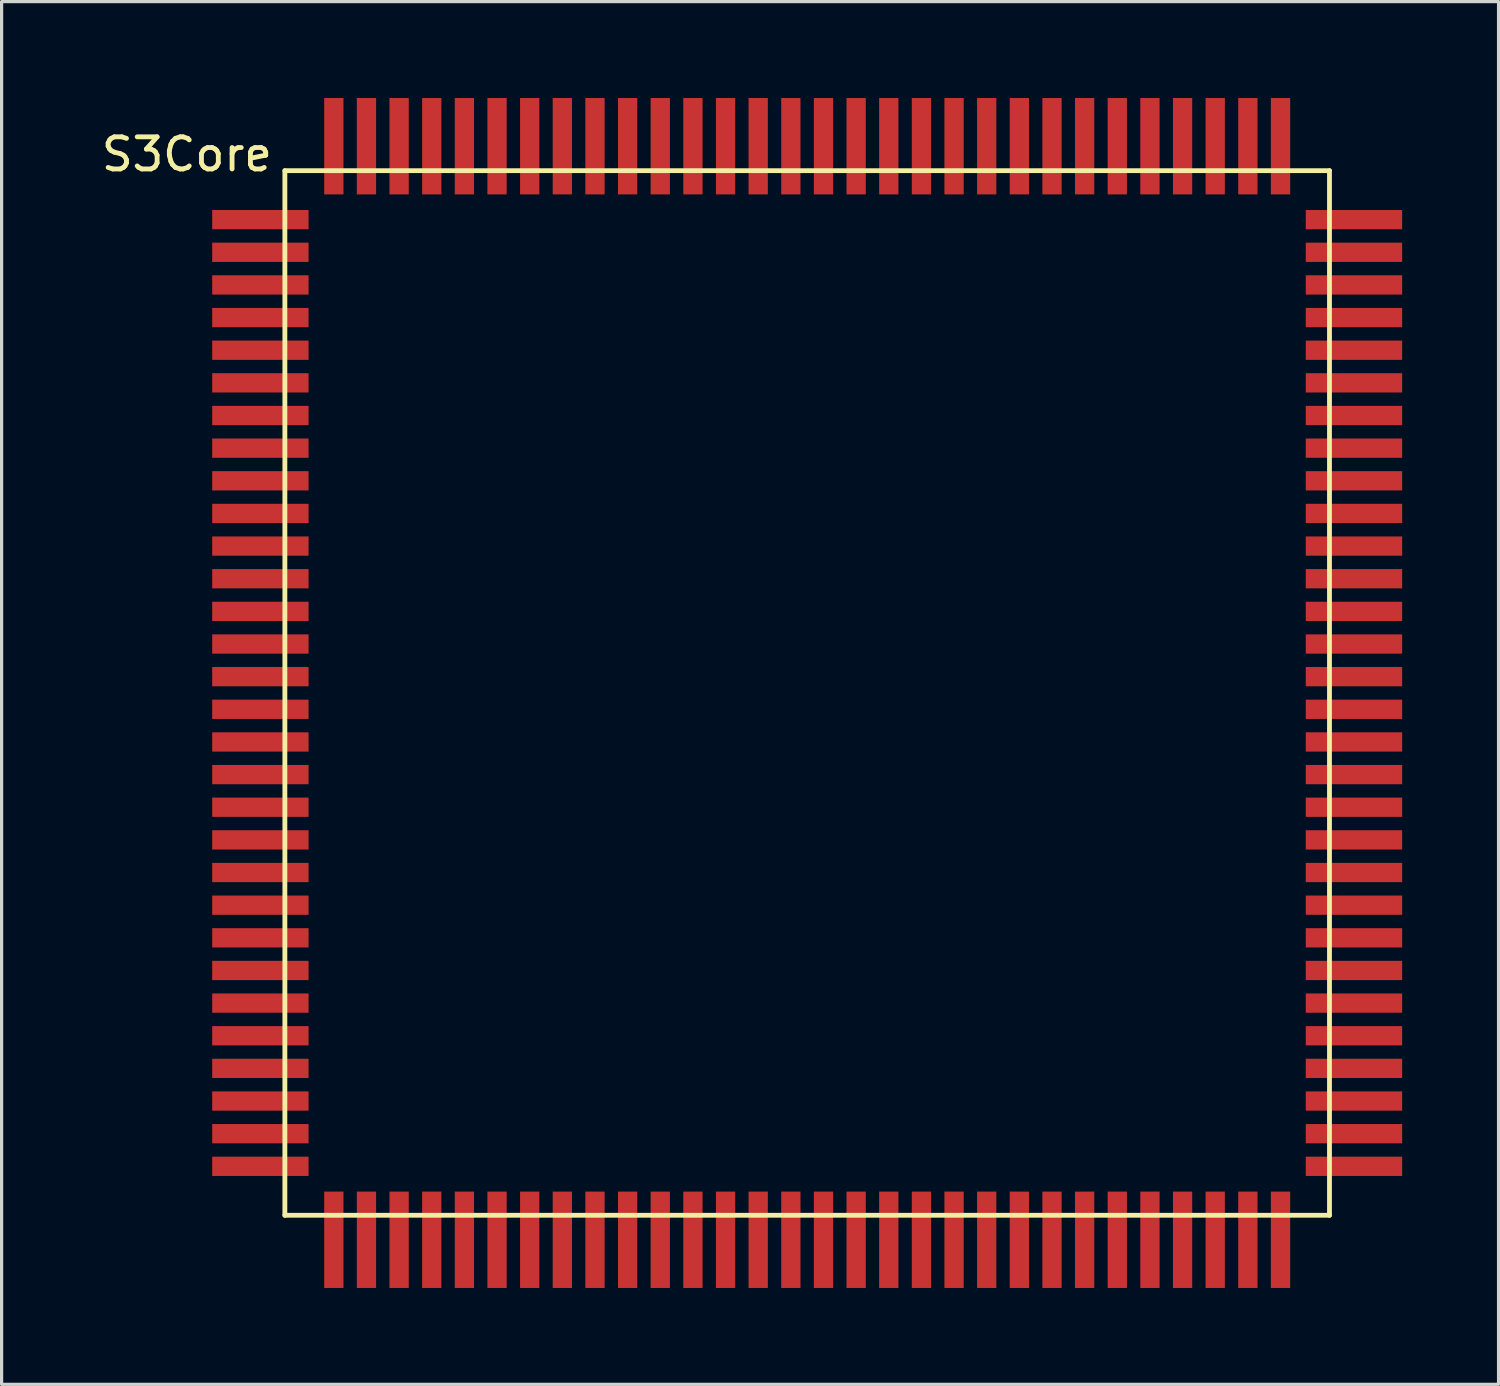
<source format=kicad_pcb>
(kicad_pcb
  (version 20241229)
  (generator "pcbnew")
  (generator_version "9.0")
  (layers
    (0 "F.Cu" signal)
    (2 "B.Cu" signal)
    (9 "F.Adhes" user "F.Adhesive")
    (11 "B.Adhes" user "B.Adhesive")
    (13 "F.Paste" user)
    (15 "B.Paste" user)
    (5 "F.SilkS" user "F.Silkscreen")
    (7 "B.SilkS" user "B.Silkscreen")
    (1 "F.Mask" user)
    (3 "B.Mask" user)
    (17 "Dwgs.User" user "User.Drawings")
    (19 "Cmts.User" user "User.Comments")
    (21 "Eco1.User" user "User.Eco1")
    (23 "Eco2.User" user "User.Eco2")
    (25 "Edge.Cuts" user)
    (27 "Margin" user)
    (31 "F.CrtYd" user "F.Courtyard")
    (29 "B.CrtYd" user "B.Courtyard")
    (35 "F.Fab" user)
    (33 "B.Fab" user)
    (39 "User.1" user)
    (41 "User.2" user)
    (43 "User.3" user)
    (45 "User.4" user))
  (footprint "S3Core"
    (layer "F.Cu")
    (at 5.816 2.262)
    (property "Reference" "S3Core" (at -3.048 -0.508 0) (layer "F.SilkS") (effects (font (size 1 1) (thickness 0.15))))
    (attr through_hole)
    (fp_line (start 0 0) (end 0 32.512) (stroke (width 0.15) (type solid)) (layer "F.SilkS"))
    (fp_line (start 0 32.512) (end 32.512 32.512) (stroke (width 0.15) (type solid)) (layer "F.SilkS"))
    (fp_line (start 32.512 0) (end 0 0) (stroke (width 0.15) (type solid)) (layer "F.SilkS"))
    (fp_line (start 32.512 32.512) (end 32.512 0) (stroke (width 0.15) (type solid)) (layer "F.SilkS"))
    (pad "1" smd rect (at -0.762 1.524) (size 3 0.6) (layers "F.Cu" "F.Mask" "F.Paste"))
    (pad "2" smd rect (at -0.762 2.54) (size 3 0.6) (layers "F.Cu" "F.Mask" "F.Paste"))
    (pad "3" smd rect (at -0.762 3.556) (size 3 0.6) (layers "F.Cu" "F.Mask" "F.Paste"))
    (pad "4" smd rect (at -0.762 4.572) (size 3 0.6) (layers "F.Cu" "F.Mask" "F.Paste"))
    (pad "5" smd rect (at -0.762 5.588) (size 3 0.6) (layers "F.Cu" "F.Mask" "F.Paste"))
    (pad "6" smd rect (at -0.762 6.604) (size 3 0.6) (layers "F.Cu" "F.Mask" "F.Paste"))
    (pad "7" smd rect (at -0.762 7.62) (size 3 0.6) (layers "F.Cu" "F.Mask" "F.Paste"))
    (pad "8" smd rect (at -0.762 8.636) (size 3 0.6) (layers "F.Cu" "F.Mask" "F.Paste"))
    (pad "9" smd rect (at -0.762 9.652) (size 3 0.6) (layers "F.Cu" "F.Mask" "F.Paste"))
    (pad "10" smd rect (at -0.762 10.668) (size 3 0.6) (layers "F.Cu" "F.Mask" "F.Paste"))
    (pad "11" smd rect (at -0.762 11.684) (size 3 0.6) (layers "F.Cu" "F.Mask" "F.Paste"))
    (pad "12" smd rect (at -0.762 12.7) (size 3 0.6) (layers "F.Cu" "F.Mask" "F.Paste"))
    (pad "13" smd rect (at -0.762 13.716) (size 3 0.6) (layers "F.Cu" "F.Mask" "F.Paste"))
    (pad "14" smd rect (at -0.762 14.732) (size 3 0.6) (layers "F.Cu" "F.Mask" "F.Paste"))
    (pad "15" smd rect (at -0.762 15.748) (size 3 0.6) (layers "F.Cu" "F.Mask" "F.Paste"))
    (pad "16" smd rect (at -0.762 16.764) (size 3 0.6) (layers "F.Cu" "F.Mask" "F.Paste"))
    (pad "17" smd rect (at -0.762 17.78) (size 3 0.6) (layers "F.Cu" "F.Mask" "F.Paste"))
    (pad "18" smd rect (at -0.762 18.796) (size 3 0.6) (layers "F.Cu" "F.Mask" "F.Paste"))
    (pad "19" smd rect (at -0.762 19.812) (size 3 0.6) (layers "F.Cu" "F.Mask" "F.Paste"))
    (pad "20" smd rect (at -0.762 20.828) (size 3 0.6) (layers "F.Cu" "F.Mask" "F.Paste"))
    (pad "21" smd rect (at -0.762 21.844) (size 3 0.6) (layers "F.Cu" "F.Mask" "F.Paste"))
    (pad "22" smd rect (at -0.762 22.86) (size 3 0.6) (layers "F.Cu" "F.Mask" "F.Paste"))
    (pad "23" smd rect (at -0.762 23.876) (size 3 0.6) (layers "F.Cu" "F.Mask" "F.Paste"))
    (pad "24" smd rect (at -0.762 24.892) (size 3 0.6) (layers "F.Cu" "F.Mask" "F.Paste"))
    (pad "25" smd rect (at -0.762 25.908) (size 3 0.6) (layers "F.Cu" "F.Mask" "F.Paste"))
    (pad "26" smd rect (at -0.762 26.924) (size 3 0.6) (layers "F.Cu" "F.Mask" "F.Paste"))
    (pad "27" smd rect (at -0.762 27.94) (size 3 0.6) (layers "F.Cu" "F.Mask" "F.Paste"))
    (pad "28" smd rect (at -0.762 28.956) (size 3 0.6) (layers "F.Cu" "F.Mask" "F.Paste"))
    (pad "29" smd rect (at -0.762 29.972) (size 3 0.6) (layers "F.Cu" "F.Mask" "F.Paste"))
    (pad "30" smd rect (at -0.762 30.988) (size 3 0.6) (layers "F.Cu" "F.Mask" "F.Paste"))
    (pad "31" smd rect (at 1.524 33.274) (size 0.6 3) (layers "F.Cu" "F.Mask" "F.Paste"))
    (pad "32" smd rect (at 2.54 33.274) (size 0.6 3) (layers "F.Cu" "F.Mask" "F.Paste"))
    (pad "33" smd rect (at 3.556 33.274) (size 0.6 3) (layers "F.Cu" "F.Mask" "F.Paste"))
    (pad "34" smd rect (at 4.572 33.274) (size 0.6 3) (layers "F.Cu" "F.Mask" "F.Paste"))
    (pad "35" smd rect (at 5.588 33.274) (size 0.6 3) (layers "F.Cu" "F.Mask" "F.Paste"))
    (pad "36" smd rect (at 6.604 33.274) (size 0.6 3) (layers "F.Cu" "F.Mask" "F.Paste"))
    (pad "37" smd rect (at 7.62 33.274) (size 0.6 3) (layers "F.Cu" "F.Mask" "F.Paste"))
    (pad "38" smd rect (at 8.636 33.274) (size 0.6 3) (layers "F.Cu" "F.Mask" "F.Paste"))
    (pad "39" smd rect (at 9.652 33.274) (size 0.6 3) (layers "F.Cu" "F.Mask" "F.Paste"))
    (pad "40" smd rect (at 10.668 33.274) (size 0.6 3) (layers "F.Cu" "F.Mask" "F.Paste"))
    (pad "41" smd rect (at 11.684 33.274) (size 0.6 3) (layers "F.Cu" "F.Mask" "F.Paste"))
    (pad "42" smd rect (at 12.7 33.274) (size 0.6 3) (layers "F.Cu" "F.Mask" "F.Paste"))
    (pad "43" smd rect (at 13.716 33.274) (size 0.6 3) (layers "F.Cu" "F.Mask" "F.Paste"))
    (pad "44" smd rect (at 14.732 33.274) (size 0.6 3) (layers "F.Cu" "F.Mask" "F.Paste"))
    (pad "45" smd rect (at 15.748 33.274) (size 0.6 3) (layers "F.Cu" "F.Mask" "F.Paste"))
    (pad "46" smd rect (at 16.764 33.274) (size 0.6 3) (layers "F.Cu" "F.Mask" "F.Paste"))
    (pad "47" smd rect (at 17.78 33.274) (size 0.6 3) (layers "F.Cu" "F.Mask" "F.Paste"))
    (pad "48" smd rect (at 18.796 33.274) (size 0.6 3) (layers "F.Cu" "F.Mask" "F.Paste"))
    (pad "49" smd rect (at 19.812 33.274) (size 0.6 3) (layers "F.Cu" "F.Mask" "F.Paste"))
    (pad "50" smd rect (at 20.828 33.274) (size 0.6 3) (layers "F.Cu" "F.Mask" "F.Paste"))
    (pad "51" smd rect (at 21.844 33.274) (size 0.6 3) (layers "F.Cu" "F.Mask" "F.Paste"))
    (pad "52" smd rect (at 22.86 33.274) (size 0.6 3) (layers "F.Cu" "F.Mask" "F.Paste"))
    (pad "53" smd rect (at 23.876 33.274) (size 0.6 3) (layers "F.Cu" "F.Mask" "F.Paste"))
    (pad "54" smd rect (at 24.892 33.274) (size 0.6 3) (layers "F.Cu" "F.Mask" "F.Paste"))
    (pad "55" smd rect (at 25.908 33.274) (size 0.6 3) (layers "F.Cu" "F.Mask" "F.Paste"))
    (pad "56" smd rect (at 26.924 33.274) (size 0.6 3) (layers "F.Cu" "F.Mask" "F.Paste"))
    (pad "57" smd rect (at 27.94 33.274) (size 0.6 3) (layers "F.Cu" "F.Mask" "F.Paste"))
    (pad "58" smd rect (at 28.956 33.274) (size 0.6 3) (layers "F.Cu" "F.Mask" "F.Paste"))
    (pad "59" smd rect (at 29.972 33.274) (size 0.6 3) (layers "F.Cu" "F.Mask" "F.Paste"))
    (pad "60" smd rect (at 30.988 33.274) (size 0.6 3) (layers "F.Cu" "F.Mask" "F.Paste"))
    (pad "61" smd rect (at 33.274 30.988) (size 3 0.6) (layers "F.Cu" "F.Mask" "F.Paste"))
    (pad "62" smd rect (at 33.274 29.972) (size 3 0.6) (layers "F.Cu" "F.Mask" "F.Paste"))
    (pad "63" smd rect (at 33.274 28.956) (size 3 0.6) (layers "F.Cu" "F.Mask" "F.Paste"))
    (pad "64" smd rect (at 33.274 27.94) (size 3 0.6) (layers "F.Cu" "F.Mask" "F.Paste"))
    (pad "65" smd rect (at 33.274 26.924) (size 3 0.6) (layers "F.Cu" "F.Mask" "F.Paste"))
    (pad "66" smd rect (at 33.274 25.908) (size 3 0.6) (layers "F.Cu" "F.Mask" "F.Paste"))
    (pad "67" smd rect (at 33.274 24.892) (size 3 0.6) (layers "F.Cu" "F.Mask" "F.Paste"))
    (pad "68" smd rect (at 33.274 23.876) (size 3 0.6) (layers "F.Cu" "F.Mask" "F.Paste"))
    (pad "69" smd rect (at 33.274 22.86) (size 3 0.6) (layers "F.Cu" "F.Mask" "F.Paste"))
    (pad "70" smd rect (at 33.274 21.844) (size 3 0.6) (layers "F.Cu" "F.Mask" "F.Paste"))
    (pad "71" smd rect (at 33.274 20.828) (size 3 0.6) (layers "F.Cu" "F.Mask" "F.Paste"))
    (pad "72" smd rect (at 33.274 19.812) (size 3 0.6) (layers "F.Cu" "F.Mask" "F.Paste"))
    (pad "73" smd rect (at 33.274 18.796) (size 3 0.6) (layers "F.Cu" "F.Mask" "F.Paste"))
    (pad "74" smd rect (at 33.274 17.78) (size 3 0.6) (layers "F.Cu" "F.Mask" "F.Paste"))
    (pad "75" smd rect (at 33.274 16.764) (size 3 0.6) (layers "F.Cu" "F.Mask" "F.Paste"))
    (pad "76" smd rect (at 33.274 15.748) (size 3 0.6) (layers "F.Cu" "F.Mask" "F.Paste"))
    (pad "77" smd rect (at 33.274 14.732) (size 3 0.6) (layers "F.Cu" "F.Mask" "F.Paste"))
    (pad "78" smd rect (at 33.274 13.716) (size 3 0.6) (layers "F.Cu" "F.Mask" "F.Paste"))
    (pad "79" smd rect (at 33.274 12.7) (size 3 0.6) (layers "F.Cu" "F.Mask" "F.Paste"))
    (pad "80" smd rect (at 33.274 11.684) (size 3 0.6) (layers "F.Cu" "F.Mask" "F.Paste"))
    (pad "81" smd rect (at 33.274 10.668) (size 3 0.6) (layers "F.Cu" "F.Mask" "F.Paste"))
    (pad "82" smd rect (at 33.274 9.652) (size 3 0.6) (layers "F.Cu" "F.Mask" "F.Paste"))
    (pad "83" smd rect (at 33.274 8.636) (size 3 0.6) (layers "F.Cu" "F.Mask" "F.Paste"))
    (pad "84" smd rect (at 33.274 7.62) (size 3 0.6) (layers "F.Cu" "F.Mask" "F.Paste"))
    (pad "85" smd rect (at 33.274 6.604) (size 3 0.6) (layers "F.Cu" "F.Mask" "F.Paste"))
    (pad "86" smd rect (at 33.274 5.588) (size 3 0.6) (layers "F.Cu" "F.Mask" "F.Paste"))
    (pad "87" smd rect (at 33.274 4.572) (size 3 0.6) (layers "F.Cu" "F.Mask" "F.Paste"))
    (pad "88" smd rect (at 33.274 3.556) (size 3 0.6) (layers "F.Cu" "F.Mask" "F.Paste"))
    (pad "89" smd rect (at 33.274 2.54) (size 3 0.6) (layers "F.Cu" "F.Mask" "F.Paste"))
    (pad "90" smd rect (at 33.274 1.524) (size 3 0.6) (layers "F.Cu" "F.Mask" "F.Paste"))
    (pad "91" smd rect (at 30.988 -0.762) (size 0.6 3) (layers "F.Cu" "F.Mask" "F.Paste"))
    (pad "92" smd rect (at 29.972 -0.762) (size 0.6 3) (layers "F.Cu" "F.Mask" "F.Paste"))
    (pad "93" smd rect (at 28.956 -0.762) (size 0.6 3) (layers "F.Cu" "F.Mask" "F.Paste"))
    (pad "94" smd rect (at 27.94 -0.762) (size 0.6 3) (layers "F.Cu" "F.Mask" "F.Paste"))
    (pad "95" smd rect (at 26.924 -0.762) (size 0.6 3) (layers "F.Cu" "F.Mask" "F.Paste"))
    (pad "96" smd rect (at 25.908 -0.762) (size 0.6 3) (layers "F.Cu" "F.Mask" "F.Paste"))
    (pad "97" smd rect (at 24.892 -0.762) (size 0.6 3) (layers "F.Cu" "F.Mask" "F.Paste"))
    (pad "98" smd rect (at 23.876 -0.762) (size 0.6 3) (layers "F.Cu" "F.Mask" "F.Paste"))
    (pad "99" smd rect (at 22.86 -0.762) (size 0.6 3) (layers "F.Cu" "F.Mask" "F.Paste"))
    (pad "100" smd rect (at 21.844 -0.762) (size 0.6 3) (layers "F.Cu" "F.Mask" "F.Paste"))
    (pad "101" smd rect (at 20.828 -0.762) (size 0.6 3) (layers "F.Cu" "F.Mask" "F.Paste"))
    (pad "102" smd rect (at 19.812 -0.762) (size 0.6 3) (layers "F.Cu" "F.Mask" "F.Paste"))
    (pad "103" smd rect (at 18.796 -0.762) (size 0.6 3) (layers "F.Cu" "F.Mask" "F.Paste"))
    (pad "104" smd rect (at 17.78 -0.762) (size 0.6 3) (layers "F.Cu" "F.Mask" "F.Paste"))
    (pad "105" smd rect (at 16.764 -0.762) (size 0.6 3) (layers "F.Cu" "F.Mask" "F.Paste"))
    (pad "106" smd rect (at 15.748 -0.762) (size 0.6 3) (layers "F.Cu" "F.Mask" "F.Paste"))
    (pad "107" smd rect (at 14.732 -0.762) (size 0.6 3) (layers "F.Cu" "F.Mask" "F.Paste"))
    (pad "108" smd rect (at 13.716 -0.762) (size 0.6 3) (layers "F.Cu" "F.Mask" "F.Paste"))
    (pad "109" smd rect (at 12.7 -0.762) (size 0.6 3) (layers "F.Cu" "F.Mask" "F.Paste"))
    (pad "110" smd rect (at 11.684 -0.762) (size 0.6 3) (layers "F.Cu" "F.Mask" "F.Paste"))
    (pad "111" smd rect (at 10.668 -0.762) (size 0.6 3) (layers "F.Cu" "F.Mask" "F.Paste"))
    (pad "112" smd rect (at 9.652 -0.762) (size 0.6 3) (layers "F.Cu" "F.Mask" "F.Paste"))
    (pad "113" smd rect (at 8.636 -0.762) (size 0.6 3) (layers "F.Cu" "F.Mask" "F.Paste"))
    (pad "114" smd rect (at 7.62 -0.762) (size 0.6 3) (layers "F.Cu" "F.Mask" "F.Paste"))
    (pad "115" smd rect (at 6.604 -0.762) (size 0.6 3) (layers "F.Cu" "F.Mask" "F.Paste"))
    (pad "116" smd rect (at 5.588 -0.762) (size 0.6 3) (layers "F.Cu" "F.Mask" "F.Paste"))
    (pad "117" smd rect (at 4.572 -0.762) (size 0.6 3) (layers "F.Cu" "F.Mask" "F.Paste"))
    (pad "118" smd rect (at 3.556 -0.762) (size 0.6 3) (layers "F.Cu" "F.Mask" "F.Paste"))
    (pad "119" smd rect (at 2.54 -0.762) (size 0.6 3) (layers "F.Cu" "F.Mask" "F.Paste"))
    (pad "120" smd rect (at 1.524 -0.762) (size 0.6 3) (layers "F.Cu" "F.Mask" "F.Paste")))
  (gr_rect
    (start -3 -3)
    (end 43.59 40.036)
    (stroke (width 0.1) (type default))
    (fill no)
    (layer "Edge.Cuts")))
</source>
